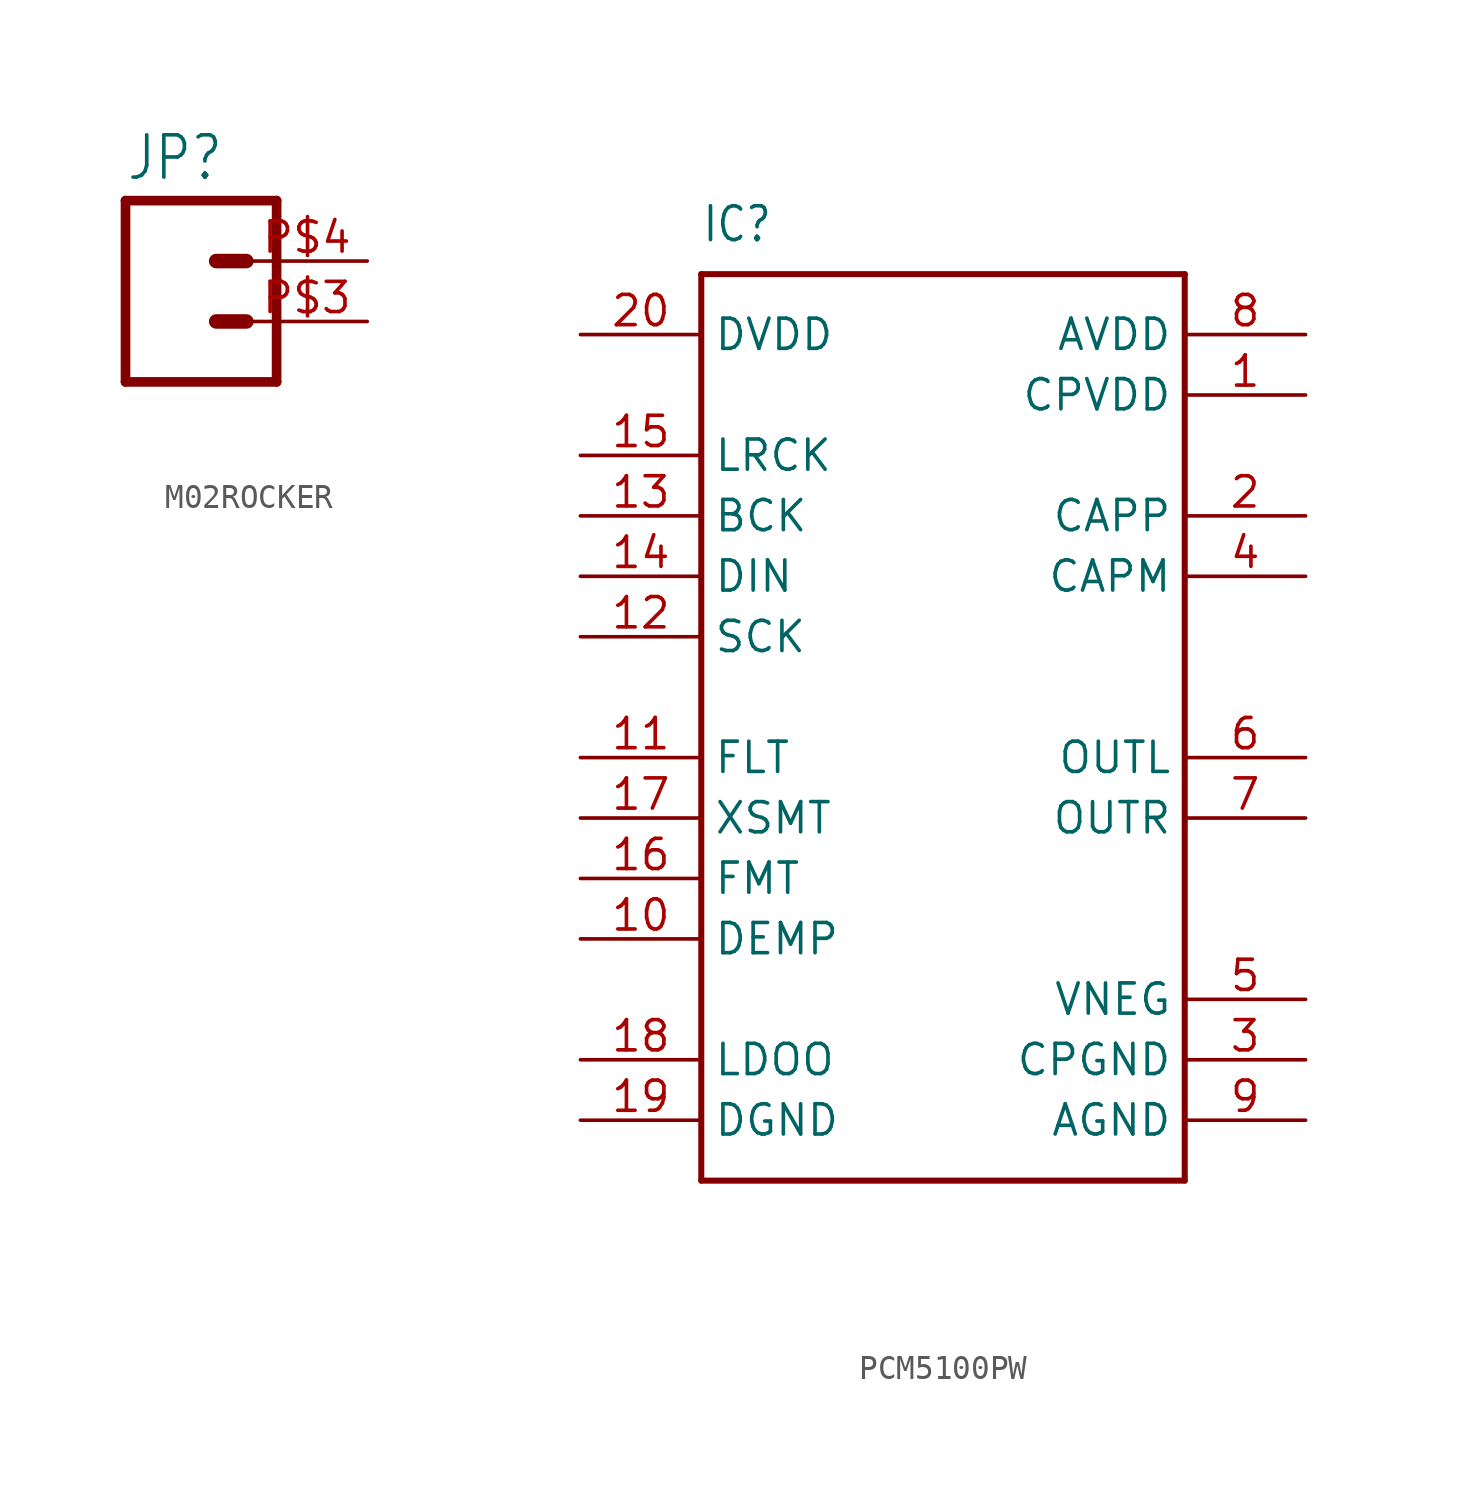
<source format=kicad_sym>
(kicad_symbol_lib
  (version 20231120)
  (generator "kicad_symbol_editor")
  (generator_version "8.0")
  (symbol "M02ROCKER"
    (property "Reference" "JP"
      (at -2.54 5.842 0)
      (effects (font (size 1.778 1.511)) (justify left bottom)))
    (property "Value" ""
      (at -2.54 -5.08 0)
      (effects (font (size 1.778 1.511)) (justify left bottom)))
    (property "ki_locked" ""
      (at 0 0 0)
      (effects (font (size 1.27 1.27))))
    (symbol "M02ROCKER_1_0"
      (polyline (pts (xy -2.54 5.08) (xy -2.54 -2.54)) (stroke (width 0.406) (type solid)) (fill (type none)))
      (polyline (pts (xy -2.54 5.08) (xy 3.81 5.08)) (stroke (width 0.406) (type solid)) (fill (type none)))
      (polyline (pts (xy 1.27 0) (xy 2.54 0)) (stroke (width 0.61) (type solid)) (fill (type none)))
      (polyline (pts (xy 1.27 2.54) (xy 2.54 2.54)) (stroke (width 0.61) (type solid)) (fill (type none)))
      (polyline (pts (xy 3.81 -2.54) (xy -2.54 -2.54)) (stroke (width 0.406) (type solid)) (fill (type none)))
      (polyline (pts (xy 3.81 -2.54) (xy 3.81 5.08)) (stroke (width 0.406) (type solid)) (fill (type none)))
      (pin passive line (at 7.62 0 180) (length 5.08) (name "1" (effects (font (size 0 0)))) (number "P$3" (effects (font (size 1.27 1.27)))))
      (pin passive line (at 7.62 2.54 180) (length 5.08) (name "2" (effects (font (size 0 0)))) (number "P$4" (effects (font (size 1.27 1.27)))))))
  (symbol "PCM5100PW"
    (property "Reference" "IC"
      (at -10.16 21.59 0)
      (effects (font (size 1.422 1.209)) (justify left bottom)))
    (property "Value" ""
      (at -10.16 -20.32 0)
      (effects (font (size 1.422 1.209)) (justify left bottom)))
    (property "ki_locked" ""
      (at 0 0 0)
      (effects (font (size 1.27 1.27))))
    (symbol "PCM5100PW_1_0"
      (polyline (pts (xy -10.16 -17.78) (xy -10.16 20.32)) (stroke (width 0.254) (type solid)) (fill (type none)))
      (polyline (pts (xy -10.16 20.32) (xy 10.16 20.32)) (stroke (width 0.254) (type solid)) (fill (type none)))
      (polyline (pts (xy 10.16 -17.78) (xy -10.16 -17.78)) (stroke (width 0.254) (type solid)) (fill (type none)))
      (polyline (pts (xy 10.16 20.32) (xy 10.16 -17.78)) (stroke (width 0.254) (type solid)) (fill (type none)))
      (pin bidirectional line (at 15.24 15.24 180) (length 5.08) (name "CPVDD" (effects (font (size 1.27 1.27)))) (number "1" (effects (font (size 1.27 1.27)))))
      (pin input line (at -15.24 -7.62 0) (length 5.08) (name "DEMP" (effects (font (size 1.27 1.27)))) (number "10" (effects (font (size 1.27 1.27)))))
      (pin input line (at -15.24 0 0) (length 5.08) (name "FLT" (effects (font (size 1.27 1.27)))) (number "11" (effects (font (size 1.27 1.27)))))
      (pin input line (at -15.24 5.08 0) (length 5.08) (name "SCK" (effects (font (size 1.27 1.27)))) (number "12" (effects (font (size 1.27 1.27)))))
      (pin input line (at -15.24 10.16 0) (length 5.08) (name "BCK" (effects (font (size 1.27 1.27)))) (number "13" (effects (font (size 1.27 1.27)))))
      (pin input line (at -15.24 7.62 0) (length 5.08) (name "DIN" (effects (font (size 1.27 1.27)))) (number "14" (effects (font (size 1.27 1.27)))))
      (pin input line (at -15.24 12.7 0) (length 5.08) (name "LRCK" (effects (font (size 1.27 1.27)))) (number "15" (effects (font (size 1.27 1.27)))))
      (pin input line (at -15.24 -5.08 0) (length 5.08) (name "FMT" (effects (font (size 1.27 1.27)))) (number "16" (effects (font (size 1.27 1.27)))))
      (pin input line (at -15.24 -2.54 0) (length 5.08) (name "XSMT" (effects (font (size 1.27 1.27)))) (number "17" (effects (font (size 1.27 1.27)))))
      (pin bidirectional line (at -15.24 -12.7 0) (length 5.08) (name "LDOO" (effects (font (size 1.27 1.27)))) (number "18" (effects (font (size 1.27 1.27)))))
      (pin power_in line (at -15.24 -15.24 0) (length 5.08) (name "DGND" (effects (font (size 1.27 1.27)))) (number "19" (effects (font (size 1.27 1.27)))))
      (pin bidirectional line (at 15.24 10.16 180) (length 5.08) (name "CAPP" (effects (font (size 1.27 1.27)))) (number "2" (effects (font (size 1.27 1.27)))))
      (pin power_in line (at -15.24 17.78 0) (length 5.08) (name "DVDD" (effects (font (size 1.27 1.27)))) (number "20" (effects (font (size 1.27 1.27)))))
      (pin bidirectional line (at 15.24 -12.7 180) (length 5.08) (name "CPGND" (effects (font (size 1.27 1.27)))) (number "3" (effects (font (size 1.27 1.27)))))
      (pin bidirectional line (at 15.24 7.62 180) (length 5.08) (name "CAPM" (effects (font (size 1.27 1.27)))) (number "4" (effects (font (size 1.27 1.27)))))
      (pin input line (at 15.24 -10.16 180) (length 5.08) (name "VNEG" (effects (font (size 1.27 1.27)))) (number "5" (effects (font (size 1.27 1.27)))))
      (pin output line (at 15.24 0 180) (length 5.08) (name "OUTL" (effects (font (size 1.27 1.27)))) (number "6" (effects (font (size 1.27 1.27)))))
      (pin output line (at 15.24 -2.54 180) (length 5.08) (name "OUTR" (effects (font (size 1.27 1.27)))) (number "7" (effects (font (size 1.27 1.27)))))
      (pin power_in line (at 15.24 17.78 180) (length 5.08) (name "AVDD" (effects (font (size 1.27 1.27)))) (number "8" (effects (font (size 1.27 1.27)))))
      (pin power_in line (at 15.24 -15.24 180) (length 5.08) (name "AGND" (effects (font (size 1.27 1.27)))) (number "9" (effects (font (size 1.27 1.27))))))))
</source>
